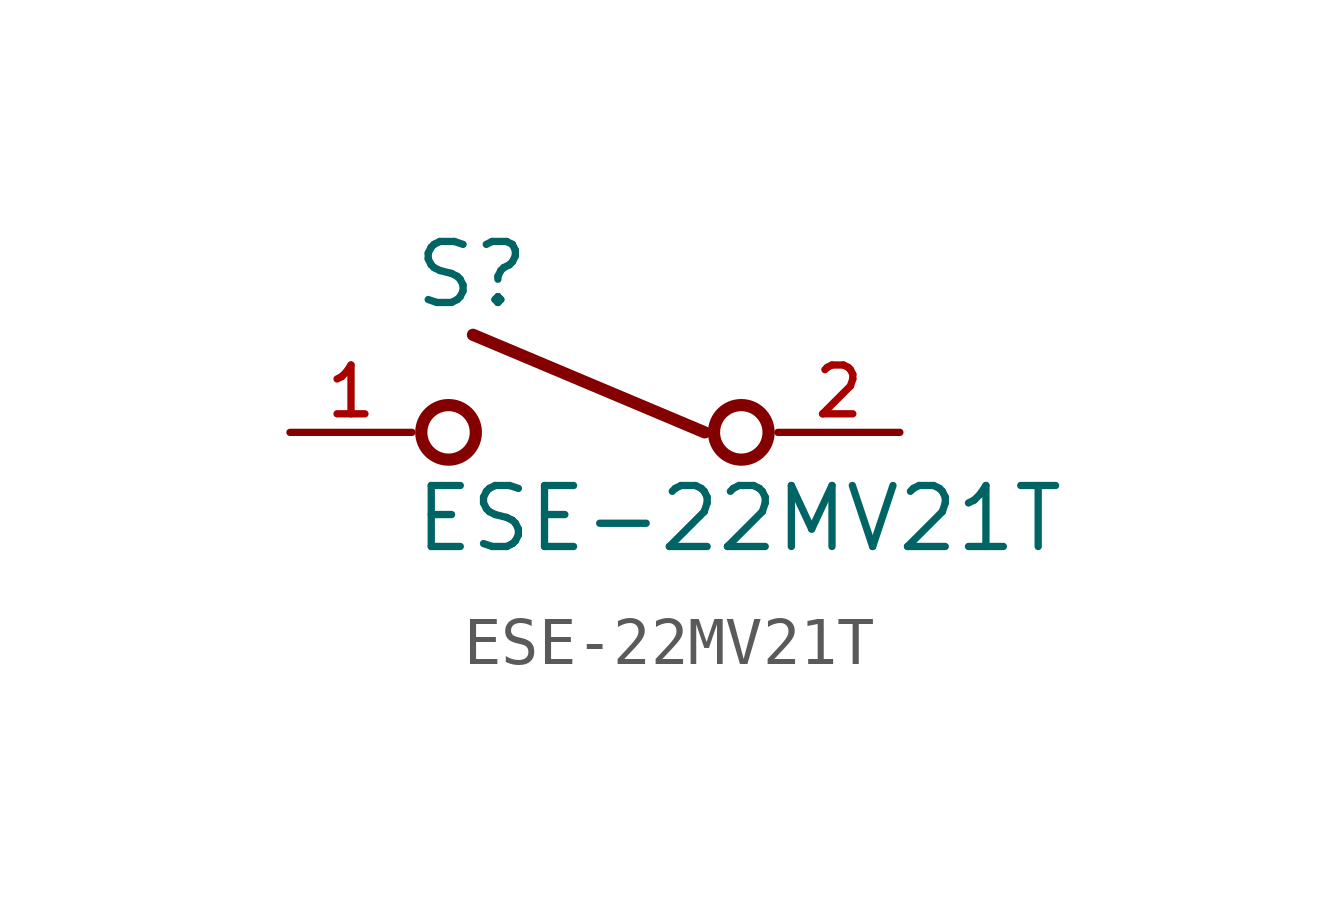
<source format=kicad_sym>
(kicad_symbol_lib
  (version 20211014)
  (generator kicad_symbol_editor)
  (symbol "ESE-22MV21T"
    (pin_names
      (offset 1.016))
    (property "Reference" "S"
      (at -5.084 2.542 0)
      (effects (font (size 1.27 1.27)) (justify bottom left)))
    (property "Value" "ESE-22MV21T"
      (at -5.081 -2.54 0)
      (effects (font (size 1.27 1.27)) (justify bottom left)))
    (symbol "ESE-22MV21T_0_0"
      (circle (center -4.318 0.0) (radius 0.568) (stroke (width 0.254)) (fill (type none)))
      (circle (center 1.778 0.0) (radius 0.568) (stroke (width 0.254)) (fill (type none)))
      (polyline (pts (xy 1.016 0.0) (xy -3.81 2.032)) (stroke (width 0.254)))
      (pin passive line (at -7.62 0.0 0) (length 2.54) (name "~" (effects (font (size 1.016 1.016)))) (number "1" (effects (font (size 1.016 1.016)))))
      (pin passive line (at 5.08 0.0 180.0) (length 2.54) (name "~" (effects (font (size 1.016 1.016)))) (number "2" (effects (font (size 1.016 1.016))))))))
</source>
